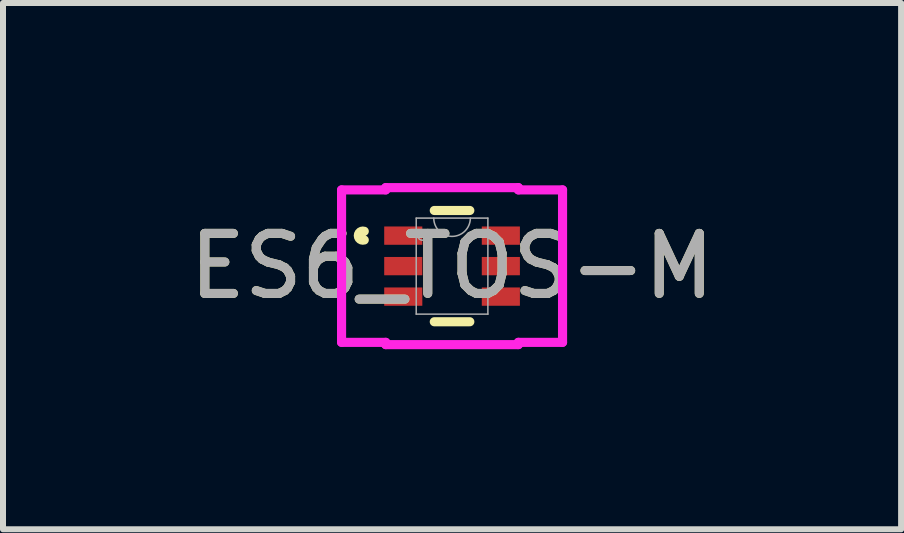
<source format=kicad_pcb>
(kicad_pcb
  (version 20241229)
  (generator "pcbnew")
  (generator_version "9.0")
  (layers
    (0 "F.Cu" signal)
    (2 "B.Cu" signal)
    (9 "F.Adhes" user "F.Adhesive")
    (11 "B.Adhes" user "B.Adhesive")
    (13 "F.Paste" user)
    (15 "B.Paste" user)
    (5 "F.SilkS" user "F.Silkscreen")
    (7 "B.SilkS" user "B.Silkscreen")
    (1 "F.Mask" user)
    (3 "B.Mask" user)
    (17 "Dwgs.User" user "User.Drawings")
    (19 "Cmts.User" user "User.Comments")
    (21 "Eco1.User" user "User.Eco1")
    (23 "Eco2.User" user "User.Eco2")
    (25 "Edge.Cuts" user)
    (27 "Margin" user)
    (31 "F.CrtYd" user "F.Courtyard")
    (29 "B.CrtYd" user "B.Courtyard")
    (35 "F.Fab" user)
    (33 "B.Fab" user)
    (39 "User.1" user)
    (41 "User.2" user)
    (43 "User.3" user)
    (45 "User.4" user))
  (footprint "ES6_TOS-M"
    (layer "F.Cu")
    (at 4.482 1.384)
    (property "Reference" "ES6_TOS-M" (at 0 0 0) (unlocked yes) (layer "F.SilkS") (effects (font (size 1 1) (thickness 0.15))))
    (attr smd)
    (fp_line (start -0.296 0.927) (end 0.296 0.927) (stroke (width 0.152) (type solid)) (layer "F.SilkS"))
    (fp_line (start 0.296 -0.927) (end -0.296 -0.927) (stroke (width 0.152) (type solid)) (layer "F.SilkS"))
    (fp_arc (start -1.46304 -0.43531) (mid -1.5621 -0.508) (end -1.46304 -0.58069) (stroke (width 0.1524) (type solid)) (layer "F.SilkS"))
    (fp_line (start -1.841 -1.27) (end -1.105 -1.27) (stroke (width 0.152) (type solid)) (layer "F.CrtYd"))
    (fp_line (start -1.841 1.27) (end -1.841 -1.27) (stroke (width 0.152) (type solid)) (layer "F.CrtYd"))
    (fp_line (start -1.105 -1.308) (end 1.105 -1.308) (stroke (width 0.152) (type solid)) (layer "F.CrtYd"))
    (fp_line (start -1.105 -1.27) (end -1.105 -1.308) (stroke (width 0.152) (type solid)) (layer "F.CrtYd"))
    (fp_line (start -1.105 1.27) (end -1.841 1.27) (stroke (width 0.152) (type solid)) (layer "F.CrtYd"))
    (fp_line (start -1.105 1.308) (end -1.105 1.27) (stroke (width 0.152) (type solid)) (layer "F.CrtYd"))
    (fp_line (start 1.105 -1.308) (end 1.105 -1.27) (stroke (width 0.152) (type solid)) (layer "F.CrtYd"))
    (fp_line (start 1.105 -1.27) (end 1.841 -1.27) (stroke (width 0.152) (type solid)) (layer "F.CrtYd"))
    (fp_line (start 1.105 1.27) (end 1.105 1.308) (stroke (width 0.152) (type solid)) (layer "F.CrtYd"))
    (fp_line (start 1.105 1.308) (end -1.105 1.308) (stroke (width 0.152) (type solid)) (layer "F.CrtYd"))
    (fp_line (start 1.841 -1.27) (end 1.841 1.27) (stroke (width 0.152) (type solid)) (layer "F.CrtYd"))
    (fp_line (start 1.841 1.27) (end 1.105 1.27) (stroke (width 0.152) (type solid)) (layer "F.CrtYd"))
    (fp_line (start -0.597 -0.8) (end -0.597 0.8) (stroke (width 0.025) (type solid)) (layer "F.Fab"))
    (fp_line (start -0.597 0.8) (end 0.597 0.8) (stroke (width 0.025) (type solid)) (layer "F.Fab"))
    (fp_line (start 0.597 -0.8) (end -0.597 -0.8) (stroke (width 0.025) (type solid)) (layer "F.Fab"))
    (fp_line (start 0.597 0.8) (end 0.597 -0.8) (stroke (width 0.025) (type solid)) (layer "F.Fab"))
    (fp_arc (start 0.3048 -0.8001) (mid 0 -0.4953) (end -0.3048 -0.8001) (stroke (width 0.0254) (type solid)) (layer "F.Fab"))
    (fp_circle (center -0.495 -0.508) (end -0.419 -0.508) (stroke (width 0.025) (type solid)) (fill no) (layer "F.Fab"))
    (fp_text user "${REFERENCE}" (at 0 0 0) (unlocked yes) (layer "F.Fab") (effects (font (size 1 1) (thickness 0.15))))
    (pad "1" smd rect (at -0.813 -0.508) (size 0.635 0.305) (layers "F.Cu" "F.Mask" "F.Paste"))
    (pad "2" smd rect (at -0.813 0) (size 0.635 0.305) (layers "F.Cu" "F.Mask" "F.Paste"))
    (pad "3" smd rect (at -0.813 0.508) (size 0.635 0.305) (layers "F.Cu" "F.Mask" "F.Paste"))
    (pad "4" smd rect (at 0.813 0.508) (size 0.635 0.305) (layers "F.Cu" "F.Mask" "F.Paste"))
    (pad "5" smd rect (at 0.813 0) (size 0.635 0.305) (layers "F.Cu" "F.Mask" "F.Paste"))
    (pad "6" smd rect (at 0.813 -0.508) (size 0.635 0.305) (layers "F.Cu" "F.Mask" "F.Paste")))
  (gr_rect
    (start -3 -3)
    (end 11.964 5.769)
    (stroke (width 0.1) (type default))
    (fill no)
    (layer "Edge.Cuts")))
</source>
